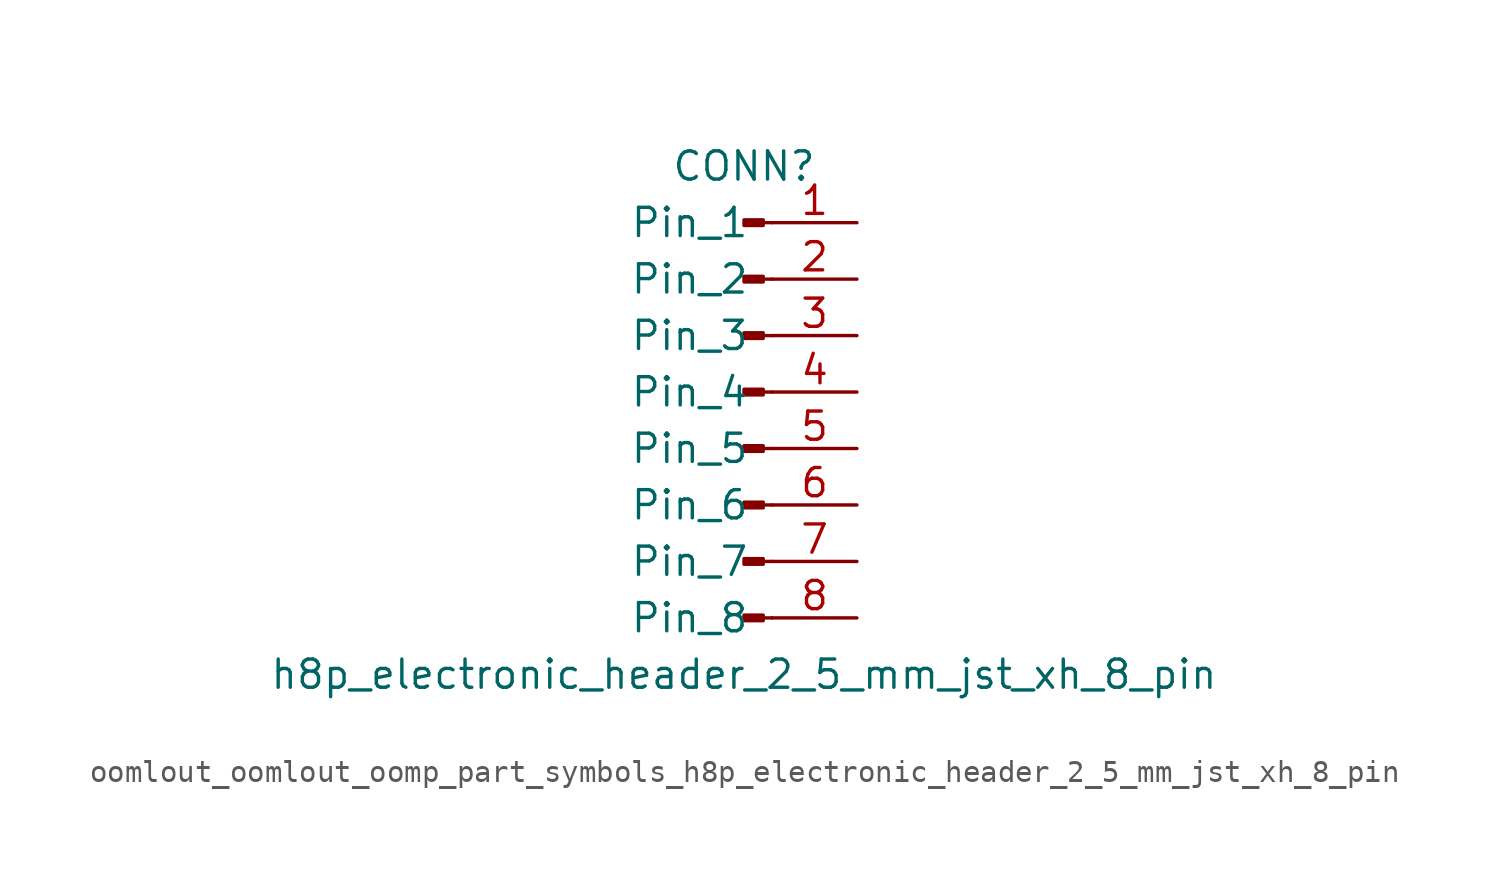
<source format=kicad_sym>
(kicad_symbol_lib
  (version 20220914)
  (generator kicad_symbol_editor)
  (symbol "oomlout_oomlout_oomp_part_symbols_h8p_electronic_header_2_5_mm_jst_xh_8_pin"
    (pin_names
      (offset 1.016))
    (property "Reference" "CONN"
      (at 0 10.16 0)
      (effects (font (size 1.27 1.27))))
    (property "Value" "h8p_electronic_header_2_5_mm_jst_xh_8_pin"
      (at 0 -12.7 0)
      (effects (font (size 1.27 1.27))))
    (property "ki_locked" ""
      (at 0 0 0)
      (effects (font (size 1.27 1.27))))
    (symbol "oomlout_oomlout_oomp_part_symbols_h8p_electronic_header_2_5_mm_jst_xh_8_pin_1_1"
      (polyline (pts (xy 1.27 -10.16) (xy 0.864 -10.16)) (stroke (width 0.152) (type default)) (fill (type none)))
      (polyline (pts (xy 1.27 -7.62) (xy 0.864 -7.62)) (stroke (width 0.152) (type default)) (fill (type none)))
      (polyline (pts (xy 1.27 -5.08) (xy 0.864 -5.08)) (stroke (width 0.152) (type default)) (fill (type none)))
      (polyline (pts (xy 1.27 -2.54) (xy 0.864 -2.54)) (stroke (width 0.152) (type default)) (fill (type none)))
      (polyline (pts (xy 1.27 0) (xy 0.864 0)) (stroke (width 0.152) (type default)) (fill (type none)))
      (polyline (pts (xy 1.27 2.54) (xy 0.864 2.54)) (stroke (width 0.152) (type default)) (fill (type none)))
      (polyline (pts (xy 1.27 5.08) (xy 0.864 5.08)) (stroke (width 0.152) (type default)) (fill (type none)))
      (polyline (pts (xy 1.27 7.62) (xy 0.864 7.62)) (stroke (width 0.152) (type default)) (fill (type none)))
      (rectangle (start 0.864 -10.033) (end 0 -10.287) (stroke (width 0.152) (type default)) (fill (type outline)))
      (rectangle (start 0.864 -7.493) (end 0 -7.747) (stroke (width 0.152) (type default)) (fill (type outline)))
      (rectangle (start 0.864 -4.953) (end 0 -5.207) (stroke (width 0.152) (type default)) (fill (type outline)))
      (rectangle (start 0.864 -2.413) (end 0 -2.667) (stroke (width 0.152) (type default)) (fill (type outline)))
      (rectangle (start 0.864 0.127) (end 0 -0.127) (stroke (width 0.152) (type default)) (fill (type outline)))
      (rectangle (start 0.864 2.667) (end 0 2.413) (stroke (width 0.152) (type default)) (fill (type outline)))
      (rectangle (start 0.864 5.207) (end 0 4.953) (stroke (width 0.152) (type default)) (fill (type outline)))
      (rectangle (start 0.864 7.747) (end 0 7.493) (stroke (width 0.152) (type default)) (fill (type outline)))
      (pin passive line (at 5.08 7.62 180) (length 3.81) (name "Pin_1" (effects (font (size 1.27 1.27)))) (number "1" (effects (font (size 1.27 1.27)))))
      (pin passive line (at 5.08 5.08 180) (length 3.81) (name "Pin_2" (effects (font (size 1.27 1.27)))) (number "2" (effects (font (size 1.27 1.27)))))
      (pin passive line (at 5.08 2.54 180) (length 3.81) (name "Pin_3" (effects (font (size 1.27 1.27)))) (number "3" (effects (font (size 1.27 1.27)))))
      (pin passive line (at 5.08 0 180) (length 3.81) (name "Pin_4" (effects (font (size 1.27 1.27)))) (number "4" (effects (font (size 1.27 1.27)))))
      (pin passive line (at 5.08 -2.54 180) (length 3.81) (name "Pin_5" (effects (font (size 1.27 1.27)))) (number "5" (effects (font (size 1.27 1.27)))))
      (pin passive line (at 5.08 -5.08 180) (length 3.81) (name "Pin_6" (effects (font (size 1.27 1.27)))) (number "6" (effects (font (size 1.27 1.27)))))
      (pin passive line (at 5.08 -7.62 180) (length 3.81) (name "Pin_7" (effects (font (size 1.27 1.27)))) (number "7" (effects (font (size 1.27 1.27)))))
      (pin passive line (at 5.08 -10.16 180) (length 3.81) (name "Pin_8" (effects (font (size 1.27 1.27)))) (number "8" (effects (font (size 1.27 1.27))))))))
</source>
